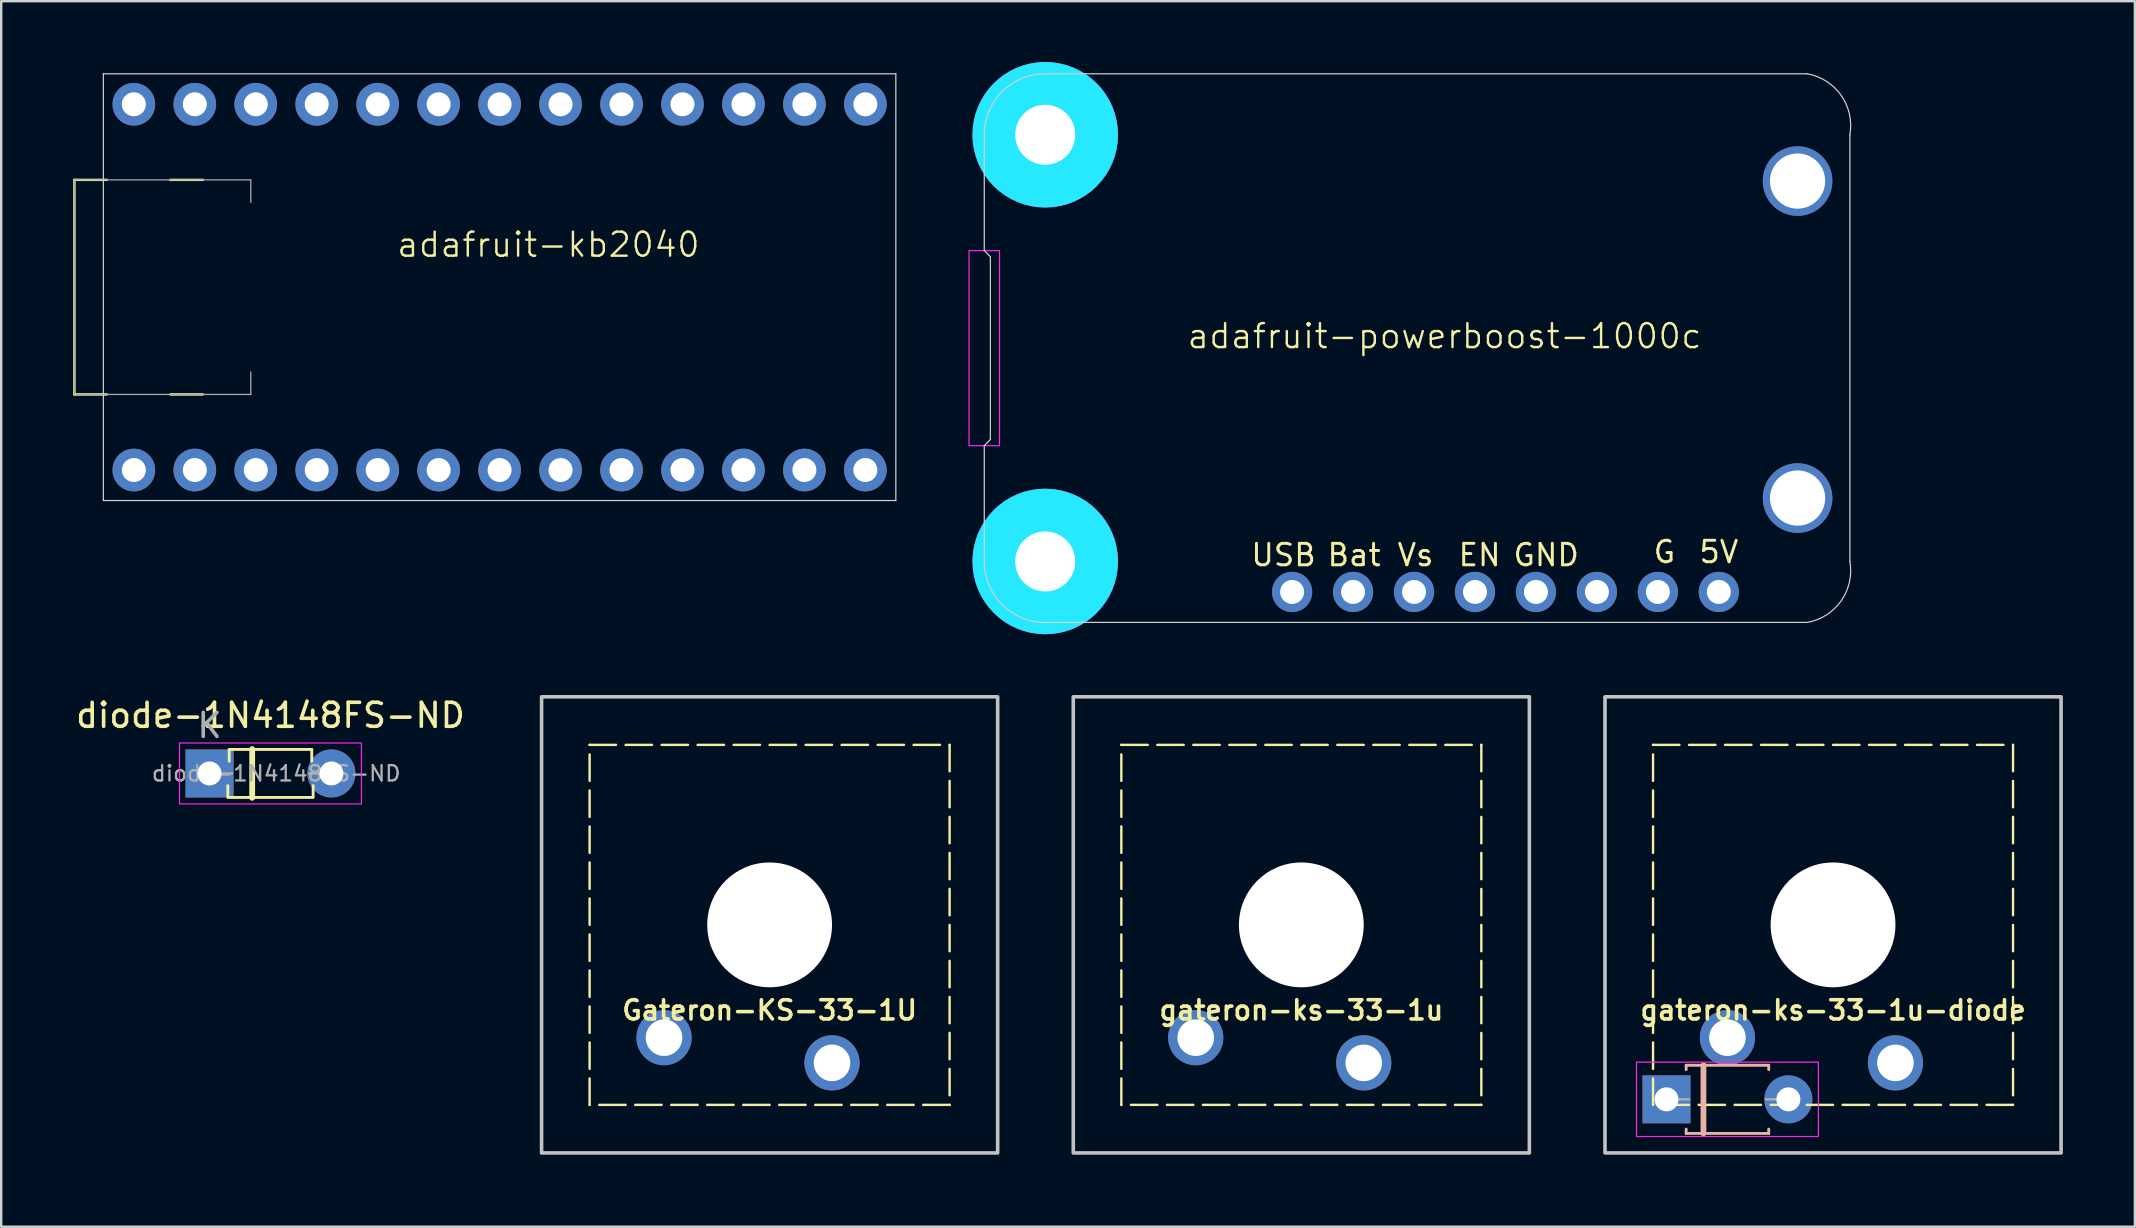
<source format=kicad_pcb>
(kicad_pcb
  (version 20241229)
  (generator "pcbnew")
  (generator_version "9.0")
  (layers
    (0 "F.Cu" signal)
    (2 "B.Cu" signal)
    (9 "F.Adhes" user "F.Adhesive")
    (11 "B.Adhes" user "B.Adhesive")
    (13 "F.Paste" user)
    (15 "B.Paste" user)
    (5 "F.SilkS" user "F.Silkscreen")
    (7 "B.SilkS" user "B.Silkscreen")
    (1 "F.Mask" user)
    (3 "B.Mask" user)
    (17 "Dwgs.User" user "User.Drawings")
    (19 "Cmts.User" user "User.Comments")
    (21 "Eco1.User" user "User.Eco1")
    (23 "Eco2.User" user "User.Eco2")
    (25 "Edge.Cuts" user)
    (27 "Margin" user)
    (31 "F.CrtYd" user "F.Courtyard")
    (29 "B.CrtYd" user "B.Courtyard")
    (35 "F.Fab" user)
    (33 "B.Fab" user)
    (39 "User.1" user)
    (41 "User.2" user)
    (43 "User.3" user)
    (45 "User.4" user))
  (footprint "Gateron-KS-33-1U"
    (layer "F.Cu")
    (at 29.018 35.487)
    (property "Reference" "Gateron-KS-33-1U" (at 0 3.556 0) (layer "F.SilkS") (effects (font (size 0.8 0.8) (thickness 0.15))))
    (attr through_hole)
    (fp_rect (start -7.5 -7.5) (end 7.5 7.5) (stroke (width 0.1) (type dash)) (fill no) (layer "F.SilkS"))
    (fp_rect (start -9.502 -9.502) (end 9.502 9.502) (stroke (width 0.15) (type default)) (fill no) (layer "Dwgs.User"))
    (pad "" np_thru_hole circle (at 0 0) (size 5.2 5.2) (drill 5.2) (layers "*.Cu" "*.Mask"))
    (pad "1" thru_hole circle (at 2.6 5.75) (size 2.3 2.3) (drill 1.524) (layers "*.Cu" "B.Mask"))
    (pad "2" thru_hole circle (at -4.4 4.7) (size 2.3 2.3) (drill 1.524) (layers "*.Cu" "B.Mask")))
  (footprint "diode-1N4148FS-ND"
    (layer "F.Cu")
    (at 5.68 29.178)
    (property "Reference" "diode-1N4148FS-ND" (at 2.54 -2.42 0) (layer "F.SilkS") (effects (font (size 1 1) (thickness 0.15))))
    (attr through_hole)
    (fp_line (start 0.762 1) (end 0.762 0.508) (stroke (width 0.12) (type solid)) (layer "F.SilkS"))
    (fp_line (start 0.82 -1) (end 4.26 -1) (stroke (width 0.12) (type solid)) (layer "F.SilkS"))
    (fp_line (start 0.82 -0.508) (end 0.82 -1) (stroke (width 0.12) (type solid)) (layer "F.SilkS"))
    (fp_line (start 0.82 1) (end 4.26 1) (stroke (width 0.12) (type solid)) (layer "F.SilkS"))
    (fp_line (start 1.778 -1.016) (end 1.778 1.016) (stroke (width 0.24) (type solid)) (layer "F.SilkS"))
    (fp_line (start 4.26 -0.508) (end 4.26 -1) (stroke (width 0.12) (type solid)) (layer "F.SilkS"))
    (fp_line (start 4.318 1) (end 4.318 0.508) (stroke (width 0.12) (type solid)) (layer "F.SilkS"))
    (fp_rect (start -1.25 -1.27) (end 6.33 1.27) (stroke (width 0.05) (type solid)) (fill no) (layer "F.CrtYd"))
    (fp_line (start 0 0) (end 0.94 0) (stroke (width 0.1) (type solid)) (layer "F.Fab"))
    (fp_line (start 5.08 0) (end 4.14 0) (stroke (width 0.1) (type solid)) (layer "F.Fab"))
    (fp_text user "K" (at 0 -2 0) (layer "F.Fab") (effects (font (size 1 1) (thickness 0.15))))
    (fp_text user "${REFERENCE}" (at 2.78 0 0) (layer "F.Fab") (effects (font (size 0.64 0.64) (thickness 0.096))))
    (pad "1" thru_hole rect (at 0 0) (size 2 2) (drill 1) (layers "*.Cu" "*.Mask"))
    (pad "2" thru_hole oval (at 5.08 0) (size 2 2) (drill 1) (layers "*.Cu" "*.Mask")))
  (footprint "gateron-ks-33-1u"
    (layer "F.Cu")
    (at 51.173 35.487)
    (property "Reference" "gateron-ks-33-1u" (at 0 3.556 0) (layer "F.SilkS") (effects (font (size 0.8 0.8) (thickness 0.15))))
    (attr through_hole)
    (fp_rect (start -7.5 -7.5) (end 7.5 7.5) (stroke (width 0.1) (type dash)) (fill no) (layer "F.SilkS"))
    (fp_rect (start -9.502 -9.502) (end 9.502 9.502) (stroke (width 0.15) (type default)) (fill no) (layer "Dwgs.User"))
    (pad "" np_thru_hole circle (at 0 0) (size 5.2 5.2) (drill 5.2) (layers "*.Cu" "*.Mask"))
    (pad "1" thru_hole circle (at 2.6 5.75) (size 2.3 2.3) (drill 1.524) (layers "*.Cu" "B.Mask"))
    (pad "2" thru_hole circle (at -4.4 4.7) (size 2.3 2.3) (drill 1.524) (layers "*.Cu" "B.Mask")))
  (footprint "adafruit-kb2040"
    (layer "F.Cu")
    (at 19.799 7.645)
    (property "Reference" "adafruit-kb2040" (at 0 -0.5 0) (unlocked yes) (layer "F.SilkS") (effects (font (size 1 1) (thickness 0.1))))
    (attr through_hole)
    (fp_line (start -19.748 -3.2) (end -18.398 -3.2) (stroke (width 0.102) (type solid)) (layer "F.SilkS"))
    (fp_line (start -19.748 5.74) (end -19.748 -3.2) (stroke (width 0.102) (type solid)) (layer "F.SilkS"))
    (fp_line (start -18.398 5.74) (end -19.748 5.74) (stroke (width 0.102) (type solid)) (layer "F.SilkS"))
    (fp_line (start -15.748 -3.2) (end -14.399 -3.2) (stroke (width 0.102) (type solid)) (layer "F.SilkS"))
    (fp_line (start -14.399 5.74) (end -15.748 5.74) (stroke (width 0.102) (type solid)) (layer "F.SilkS"))
    (fp_line (start -18.542 -7.62) (end -18.542 10.16) (stroke (width 0.05) (type solid)) (layer "Edge.Cuts"))
    (fp_line (start -18.542 10.16) (end 14.478 10.16) (stroke (width 0.05) (type solid)) (layer "Edge.Cuts"))
    (fp_line (start 14.478 -7.62) (end -18.542 -7.62) (stroke (width 0.05) (type solid)) (layer "Edge.Cuts"))
    (fp_line (start 14.478 10.16) (end 14.478 -7.62) (stroke (width 0.05) (type solid)) (layer "Edge.Cuts"))
    (fp_line (start -19.748 -3.2) (end -12.399 -3.2) (stroke (width 0.05) (type solid)) (layer "F.Fab"))
    (fp_line (start -19.748 5.74) (end -19.748 -3.2) (stroke (width 0.05) (type solid)) (layer "F.Fab"))
    (fp_line (start -12.399 -3.2) (end -12.399 -2.26) (stroke (width 0.05) (type solid)) (layer "F.Fab"))
    (fp_line (start -12.399 4.8) (end -12.399 5.74) (stroke (width 0.05) (type solid)) (layer "F.Fab"))
    (fp_line (start -12.399 5.74) (end -19.748 5.74) (stroke (width 0.05) (type solid)) (layer "F.Fab"))
    (pad "1" thru_hole circle (at -17.272 8.89 90) (size 1.778 1.778) (drill 1) (layers "*.Cu" "*.Mask"))
    (pad "1" thru_hole circle (at 13.208 -6.35 270) (size 1.778 1.778) (drill 1) (layers "*.Cu" "*.Mask"))
    (pad "2" thru_hole circle (at -14.732 8.89 90) (size 1.778 1.778) (drill 1) (layers "*.Cu" "*.Mask"))
    (pad "2" thru_hole circle (at 10.668 -6.35 270) (size 1.778 1.778) (drill 1) (layers "*.Cu" "*.Mask"))
    (pad "3" thru_hole circle (at -12.192 8.89 90) (size 1.778 1.778) (drill 1) (layers "*.Cu" "*.Mask"))
    (pad "3" thru_hole circle (at 8.128 -6.35 270) (size 1.778 1.778) (drill 1) (layers "*.Cu" "*.Mask"))
    (pad "4" thru_hole circle (at -9.652 8.89 90) (size 1.778 1.778) (drill 1) (layers "*.Cu" "*.Mask"))
    (pad "4" thru_hole circle (at 5.588 -6.35 270) (size 1.778 1.778) (drill 1) (layers "*.Cu" "*.Mask"))
    (pad "5" thru_hole circle (at -7.112 8.89 90) (size 1.778 1.778) (drill 1) (layers "*.Cu" "*.Mask"))
    (pad "5" thru_hole circle (at 3.048 -6.35 270) (size 1.778 1.778) (drill 1) (layers "*.Cu" "*.Mask"))
    (pad "6" thru_hole circle (at -4.572 8.89 90) (size 1.778 1.778) (drill 1) (layers "*.Cu" "*.Mask"))
    (pad "6" thru_hole circle (at 0.508 -6.35 270) (size 1.778 1.778) (drill 1) (layers "*.Cu" "*.Mask"))
    (pad "7" thru_hole circle (at -2.032 -6.35 270) (size 1.778 1.778) (drill 1) (layers "*.Cu" "*.Mask"))
    (pad "7" thru_hole circle (at -2.032 8.89 90) (size 1.778 1.778) (drill 1) (layers "*.Cu" "*.Mask"))
    (pad "8" thru_hole circle (at -4.572 -6.35 270) (size 1.778 1.778) (drill 1) (layers "*.Cu" "*.Mask"))
    (pad "8" thru_hole circle (at 0.508 8.89 90) (size 1.778 1.778) (drill 1) (layers "*.Cu" "*.Mask"))
    (pad "9" thru_hole circle (at -7.112 -6.35 270) (size 1.778 1.778) (drill 1) (layers "*.Cu" "*.Mask"))
    (pad "9" thru_hole circle (at 3.048 8.89 90) (size 1.778 1.778) (drill 1) (layers "*.Cu" "*.Mask"))
    (pad "10" thru_hole circle (at -9.652 -6.35 270) (size 1.778 1.778) (drill 1) (layers "*.Cu" "*.Mask"))
    (pad "10" thru_hole circle (at 5.588 8.89 90) (size 1.778 1.778) (drill 1) (layers "*.Cu" "*.Mask"))
    (pad "11" thru_hole circle (at -12.192 -6.35 270) (size 1.778 1.778) (drill 1) (layers "*.Cu" "*.Mask"))
    (pad "11" thru_hole circle (at 8.128 8.89 90) (size 1.778 1.778) (drill 1) (layers "*.Cu" "*.Mask"))
    (pad "12" thru_hole circle (at -14.732 -6.35 270) (size 1.778 1.778) (drill 1) (layers "*.Cu" "*.Mask"))
    (pad "12" thru_hole circle (at 10.668 8.89 90) (size 1.778 1.778) (drill 1) (layers "*.Cu" "*.Mask"))
    (pad "13" thru_hole circle (at -17.272 -6.35 270) (size 1.778 1.778) (drill 1) (layers "*.Cu" "*.Mask"))
    (pad "13" thru_hole circle (at 13.208 8.89 90) (size 1.778 1.778) (drill 1) (layers "*.Cu" "*.Mask")))
  (footprint "adafruit-powerboost-1000c"
    (layer "F.Cu")
    (at 57.139 11.455)
    (property "Reference" "adafruit-powerboost-1000c" (at 0 -0.5 0) (unlocked yes) (layer "F.SilkS") (effects (font (size 1 1) (thickness 0.1))))
    (attr through_hole)
    (fp_circle (center -16.637 -8.89) (end -14.637 -8.89) (stroke (width 0.203) (type solid)) (fill no) (layer "F.SilkS"))
    (fp_circle (center -16.637 8.89) (end -14.637 8.89) (stroke (width 0.203) (type solid)) (fill no) (layer "F.SilkS"))
    (fp_line (start -19.177 -8.89) (end -19.177 -4.064) (stroke (width 0.05) (type solid)) (layer "Edge.Cuts"))
    (fp_line (start -19.177 -4.064) (end -18.923 -3.81) (stroke (width 0.05) (type solid)) (layer "Edge.Cuts"))
    (fp_line (start -19.177 4.064) (end -19.177 8.89) (stroke (width 0.05) (type solid)) (layer "Edge.Cuts"))
    (fp_line (start -18.923 -3.81) (end -18.923 3.81) (stroke (width 0.05) (type solid)) (layer "Edge.Cuts"))
    (fp_line (start -18.923 3.81) (end -19.177 4.064) (stroke (width 0.05) (type solid)) (layer "Edge.Cuts"))
    (fp_line (start -16.637 11.43) (end 15.113 11.43) (stroke (width 0.05) (type solid)) (layer "Edge.Cuts"))
    (fp_line (start 15.113 -11.43) (end -16.637 -11.43) (stroke (width 0.05) (type solid)) (layer "Edge.Cuts"))
    (fp_line (start 16.891 8.89) (end 16.891 -8.89) (stroke (width 0.05) (type solid)) (layer "Edge.Cuts"))
    (fp_arc (start -19.177 -8.89) (mid -18.433047 -10.686047) (end -16.637 -11.43) (stroke (width 0.05) (type solid)) (layer "Edge.Cuts"))
    (fp_arc (start -16.637 11.43) (mid -18.433061 10.686061) (end -19.177 8.89) (stroke (width 0.05) (type solid)) (layer "Edge.Cuts"))
    (fp_arc (start 15.113 -11.43) (mid 16.528051 -10.528236) (end 16.891 -8.89) (stroke (width 0.05) (type solid)) (layer "Edge.Cuts"))
    (fp_arc (start 16.891 8.89) (mid 16.528051 10.528236) (end 15.113 11.43) (stroke (width 0.05) (type solid)) (layer "Edge.Cuts"))
    (fp_circle (center -16.637 -8.89) (end -15.637 -8.89) (stroke (width 2.032) (type solid)) (fill no) (layer "B.CrtYd"))
    (fp_circle (center -16.637 8.89) (end -15.637 8.89) (stroke (width 2.032) (type solid)) (fill no) (layer "B.CrtYd"))
    (fp_rect (start -19.812 -4.064) (end -18.542 4.064) (stroke (width 0.05) (type solid)) (fill no) (layer "F.CrtYd"))
    (fp_circle (center -16.637 -8.89) (end -15.637 -8.89) (stroke (width 2.032) (type solid)) (fill no) (layer "F.CrtYd"))
    (fp_circle (center -16.637 8.89) (end -15.637 8.89) (stroke (width 2.032) (type solid)) (fill no) (layer "F.CrtYd"))
    (fp_text user "G" (at 8.636 9.017 0) (unlocked yes) (layer "F.SilkS") (effects (font (size 0.894 0.894) (thickness 0.122)) (justify left bottom)))
    (fp_text user "Vs" (at -2.032 9.144 0) (unlocked yes) (layer "F.SilkS") (effects (font (size 0.894 0.894) (thickness 0.122)) (justify left bottom)))
    (fp_text user "USB" (at -8.128 9.144 0) (unlocked yes) (layer "F.SilkS") (effects (font (size 0.894 0.894) (thickness 0.122)) (justify left bottom)))
    (fp_text user "Bat" (at -4.953 9.144 0) (unlocked yes) (layer "F.SilkS") (effects (font (size 0.894 0.894) (thickness 0.122)) (justify left bottom)))
    (fp_text user "EN" (at 0.508 9.144 0) (unlocked yes) (layer "F.SilkS") (effects (font (size 0.894 0.894) (thickness 0.122)) (justify left bottom)))
    (fp_text user "5V" (at 10.541 9.017 0) (unlocked yes) (layer "F.SilkS") (effects (font (size 0.894 0.894) (thickness 0.122)) (justify left bottom)))
    (fp_text user "GND" (at 2.794 9.144 0) (unlocked yes) (layer "F.SilkS") (effects (font (size 0.894 0.894) (thickness 0.122)) (justify left bottom)))
    (pad "1" thru_hole circle (at -6.35 10.16 90) (size 1.676 1.676) (drill 1) (layers "*.Cu" "*.Mask"))
    (pad "2" thru_hole circle (at -3.81 10.16 90) (size 1.676 1.676) (drill 1) (layers "*.Cu" "*.Mask"))
    (pad "3" thru_hole circle (at -1.27 10.16 90) (size 1.676 1.676) (drill 1) (layers "*.Cu" "*.Mask"))
    (pad "4" thru_hole circle (at 1.27 10.16 90) (size 1.676 1.676) (drill 1) (layers "*.Cu" "*.Mask"))
    (pad "5" thru_hole circle (at 3.81 10.16 90) (size 1.676 1.676) (drill 1) (layers "*.Cu" "*.Mask"))
    (pad "6" thru_hole circle (at 6.35 10.16 90) (size 1.676 1.676) (drill 1) (layers "*.Cu" "*.Mask"))
    (pad "7" thru_hole circle (at 8.89 10.16 90) (size 1.676 1.676) (drill 1) (layers "*.Cu" "*.Mask"))
    (pad "8" thru_hole circle (at 11.43 10.16 90) (size 1.676 1.676) (drill 1) (layers "*.Cu" "*.Mask"))
    (pad "MNT" thru_hole circle (at -16.637 -8.89) (size 3.2 3.2) (drill 2.5) (layers "*.Cu" "*.Mask"))
    (pad "MNT" thru_hole circle (at -16.637 8.89) (size 3.2 3.2) (drill 2.5) (layers "*.Cu" "*.Mask"))
    (pad "MNT" thru_hole circle (at 14.711 -6.96 270) (size 2.9 2.9) (drill 2.3) (layers "*.Cu" "*.Mask"))
    (pad "MNT" thru_hole circle (at 14.711 6.248 90) (size 2.9 2.9) (drill 2.3) (layers "*.Cu" "*.Mask"))
    (zone (net_name "") (layer "F.Cu") (hatch edge 0.5) (connect_pads) (min_thickness 0.25) (filled_areas_thickness no) (keepout (tracks not_allowed) (vias not_allowed) (pads not_allowed) (copperpour not_allowed) (footprints allowed)) (placement (enabled no)) (fill) (polygon (pts (xy 42.518 2.565) (xy 42.499 2.284) (xy 42.44 2.009) (xy 42.344 1.745) (xy 42.212 1.497) (xy 42.047 1.269) (xy 41.851 1.067) (xy 41.63 0.894) (xy 41.386 0.753) (xy 41.125 0.648) (xy 40.852 0.58) (xy 40.573 0.55) (xy 40.292 0.56) (xy 40.015 0.609) (xy 39.747 0.696) (xy 39.494 0.819) (xy 39.261 0.976) (xy 39.052 1.165) (xy 38.871 1.38) (xy 38.722 1.619) (xy 38.608 1.875) (xy 38.53 2.146) (xy 38.491 2.424) (xy 38.491 2.706) (xy 38.53 2.984) (xy 38.608 3.255) (xy 38.722 3.511) (xy 38.871 3.75) (xy 39.052 3.965) (xy 39.261 4.154) (xy 39.494 4.311) (xy 39.747 4.434) (xy 40.015 4.521) (xy 40.292 4.57) (xy 40.573 4.58) (xy 40.852 4.55) (xy 41.125 4.482) (xy 41.386 4.377) (xy 41.63 4.236) (xy 41.851 4.063) (xy 42.047 3.861) (xy 42.212 3.633) (xy 42.344 3.385) (xy 42.44 3.121) (xy 42.499 2.846))) (polygon (pts (xy 40.486 2.565) (xy 40.491 2.576) (xy 40.502 2.581) (xy 40.514 2.576) (xy 40.518 2.565) (xy 40.514 2.554) (xy 40.502 2.549) (xy 40.491 2.554))))
    (zone (net_name "") (layer "F.Cu") (hatch edge 0.5) (connect_pads) (min_thickness 0.25) (filled_areas_thickness no) (keepout (tracks not_allowed) (vias not_allowed) (pads not_allowed) (copperpour not_allowed) (footprints allowed)) (placement (enabled no)) (fill) (polygon (pts (xy 42.518 20.345) (xy 42.499 20.064) (xy 42.44 19.789) (xy 42.344 19.525) (xy 42.212 19.277) (xy 42.047 19.049) (xy 41.851 18.847) (xy 41.63 18.674) (xy 41.386 18.533) (xy 41.125 18.428) (xy 40.852 18.36) (xy 40.573 18.33) (xy 40.292 18.34) (xy 40.015 18.389) (xy 39.747 18.476) (xy 39.494 18.599) (xy 39.261 18.756) (xy 39.052 18.945) (xy 38.871 19.16) (xy 38.722 19.399) (xy 38.608 19.655) (xy 38.53 19.926) (xy 38.491 20.204) (xy 38.491 20.486) (xy 38.53 20.764) (xy 38.608 21.035) (xy 38.722 21.291) (xy 38.871 21.53) (xy 39.052 21.745) (xy 39.261 21.934) (xy 39.494 22.091) (xy 39.747 22.214) (xy 40.015 22.301) (xy 40.292 22.35) (xy 40.573 22.36) (xy 40.852 22.33) (xy 41.125 22.262) (xy 41.386 22.157) (xy 41.63 22.016) (xy 41.851 21.843) (xy 42.047 21.641) (xy 42.212 21.413) (xy 42.344 21.165) (xy 42.44 20.901) (xy 42.499 20.626))) (polygon (pts (xy 40.486 20.345) (xy 40.491 20.356) (xy 40.502 20.361) (xy 40.514 20.356) (xy 40.518 20.345) (xy 40.514 20.334) (xy 40.502 20.329) (xy 40.491 20.334))))
    (zone (net_name "") (layer "B.Cu") (hatch edge 0.5) (connect_pads) (min_thickness 0.25) (filled_areas_thickness no) (keepout (tracks not_allowed) (vias not_allowed) (pads not_allowed) (copperpour not_allowed) (footprints allowed)) (placement (enabled no)) (fill) (polygon (pts (xy 42.518 2.565) (xy 42.499 2.284) (xy 42.44 2.009) (xy 42.344 1.745) (xy 42.212 1.497) (xy 42.047 1.269) (xy 41.851 1.067) (xy 41.63 0.894) (xy 41.386 0.753) (xy 41.125 0.648) (xy 40.852 0.58) (xy 40.573 0.55) (xy 40.292 0.56) (xy 40.015 0.609) (xy 39.747 0.696) (xy 39.494 0.819) (xy 39.261 0.976) (xy 39.052 1.165) (xy 38.871 1.38) (xy 38.722 1.619) (xy 38.608 1.875) (xy 38.53 2.146) (xy 38.491 2.424) (xy 38.491 2.706) (xy 38.53 2.984) (xy 38.608 3.255) (xy 38.722 3.511) (xy 38.871 3.75) (xy 39.052 3.965) (xy 39.261 4.154) (xy 39.494 4.311) (xy 39.747 4.434) (xy 40.015 4.521) (xy 40.292 4.57) (xy 40.573 4.58) (xy 40.852 4.55) (xy 41.125 4.482) (xy 41.386 4.377) (xy 41.63 4.236) (xy 41.851 4.063) (xy 42.047 3.861) (xy 42.212 3.633) (xy 42.344 3.385) (xy 42.44 3.121) (xy 42.499 2.846))) (polygon (pts (xy 40.486 2.565) (xy 40.491 2.576) (xy 40.502 2.581) (xy 40.514 2.576) (xy 40.518 2.565) (xy 40.514 2.554) (xy 40.502 2.549) (xy 40.491 2.554))))
    (zone (net_name "") (layer "B.Cu") (hatch edge 0.5) (connect_pads) (min_thickness 0.25) (filled_areas_thickness no) (keepout (tracks not_allowed) (vias not_allowed) (pads not_allowed) (copperpour not_allowed) (footprints allowed)) (placement (enabled no)) (fill) (polygon (pts (xy 42.518 20.345) (xy 42.499 20.064) (xy 42.44 19.789) (xy 42.344 19.525) (xy 42.212 19.277) (xy 42.047 19.049) (xy 41.851 18.847) (xy 41.63 18.674) (xy 41.386 18.533) (xy 41.125 18.428) (xy 40.852 18.36) (xy 40.573 18.33) (xy 40.292 18.34) (xy 40.015 18.389) (xy 39.747 18.476) (xy 39.494 18.599) (xy 39.261 18.756) (xy 39.052 18.945) (xy 38.871 19.16) (xy 38.722 19.399) (xy 38.608 19.655) (xy 38.53 19.926) (xy 38.491 20.204) (xy 38.491 20.486) (xy 38.53 20.764) (xy 38.608 21.035) (xy 38.722 21.291) (xy 38.871 21.53) (xy 39.052 21.745) (xy 39.261 21.934) (xy 39.494 22.091) (xy 39.747 22.214) (xy 40.015 22.301) (xy 40.292 22.35) (xy 40.573 22.36) (xy 40.852 22.33) (xy 41.125 22.262) (xy 41.386 22.157) (xy 41.63 22.016) (xy 41.851 21.843) (xy 42.047 21.641) (xy 42.212 21.413) (xy 42.344 21.165) (xy 42.44 20.901) (xy 42.499 20.626))) (polygon (pts (xy 40.486 20.345) (xy 40.491 20.356) (xy 40.502 20.361) (xy 40.514 20.356) (xy 40.518 20.345) (xy 40.514 20.334) (xy 40.502 20.329) (xy 40.491 20.334)))))
  (footprint "gateron-ks-33-1u-diode"
    (layer "F.Cu")
    (at 73.328 35.487)
    (property "Reference" "gateron-ks-33-1u-diode" (at 0 3.556 0) (layer "F.SilkS") (effects (font (size 0.8 0.8) (thickness 0.15))))
    (attr through_hole)
    (fp_rect (start -7.5 -7.5) (end 7.5 7.5) (stroke (width 0.1) (type dash)) (fill no) (layer "F.SilkS"))
    (fp_line (start -6.12 5.85) (end -2.68 5.85) (stroke (width 0.12) (type solid)) (layer "B.SilkS"))
    (fp_line (start -6.12 6.03) (end -6.12 5.85) (stroke (width 0.12) (type solid)) (layer "B.SilkS"))
    (fp_line (start -6.12 8.51) (end -6.12 8.69) (stroke (width 0.12) (type solid)) (layer "B.SilkS"))
    (fp_line (start -6.12 8.69) (end -2.68 8.69) (stroke (width 0.12) (type solid)) (layer "B.SilkS"))
    (fp_line (start -5.4 5.85) (end -5.4 8.69) (stroke (width 0.24) (type solid)) (layer "B.SilkS"))
    (fp_line (start -2.68 5.85) (end -2.68 6.03) (stroke (width 0.12) (type solid)) (layer "B.SilkS"))
    (fp_line (start -2.68 8.69) (end -2.68 8.51) (stroke (width 0.12) (type solid)) (layer "B.SilkS"))
    (fp_rect (start -9.502 -9.502) (end 9.502 9.502) (stroke (width 0.15) (type default)) (fill no) (layer "Dwgs.User"))
    (fp_rect (start -8.19 5.72) (end -0.61 8.82) (stroke (width 0.05) (type solid)) (fill no) (layer "F.CrtYd"))
    (fp_line (start -6.94 7.27) (end -6 7.27) (stroke (width 0.1) (type solid)) (layer "F.Fab"))
    (fp_line (start -1.86 7.27) (end -2.8 7.27) (stroke (width 0.1) (type solid)) (layer "F.Fab"))
    (pad "" np_thru_hole circle (at 0 0) (size 5.2 5.2) (drill 5.2) (layers "*.Cu" "*.Mask"))
    (pad "1" thru_hole rect (at -6.94 7.27) (size 2 2) (drill 1) (layers "*.Cu" "*.Mask"))
    (pad "1" thru_hole circle (at 2.6 5.75) (size 2.3 2.3) (drill 1.524) (layers "*.Cu" "B.Mask"))
    (pad "2" thru_hole circle (at -4.4 4.7) (size 2.3 2.3) (drill 1.524) (layers "*.Cu" "B.Mask"))
    (pad "2" thru_hole oval (at -1.86 7.27) (size 2 2) (drill 1) (layers "*.Cu" "*.Mask")))
  (gr_rect
    (start -3 -3)
    (end 85.905 48.065)
    (stroke (width 0.1) (type default))
    (fill no)
    (layer "Edge.Cuts")))
</source>
